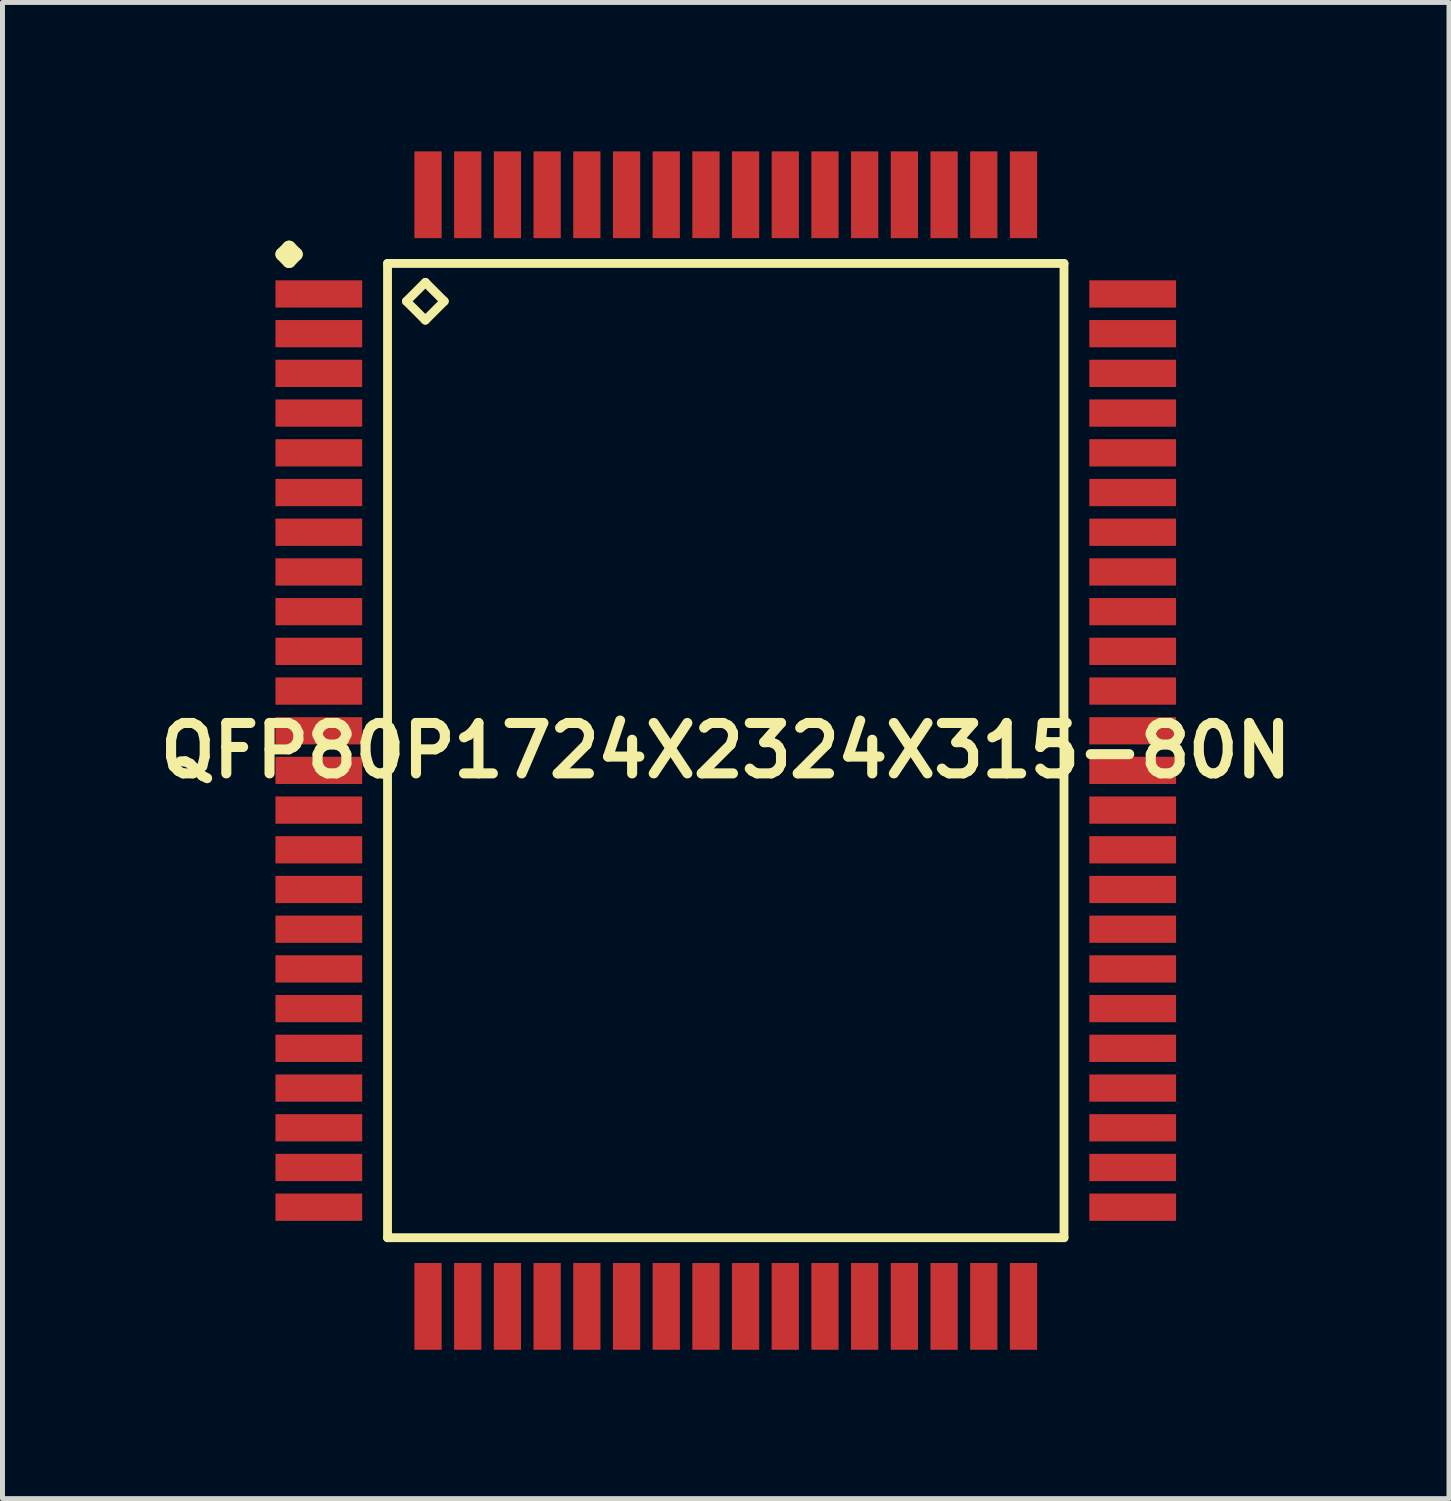
<source format=kicad_pcb>
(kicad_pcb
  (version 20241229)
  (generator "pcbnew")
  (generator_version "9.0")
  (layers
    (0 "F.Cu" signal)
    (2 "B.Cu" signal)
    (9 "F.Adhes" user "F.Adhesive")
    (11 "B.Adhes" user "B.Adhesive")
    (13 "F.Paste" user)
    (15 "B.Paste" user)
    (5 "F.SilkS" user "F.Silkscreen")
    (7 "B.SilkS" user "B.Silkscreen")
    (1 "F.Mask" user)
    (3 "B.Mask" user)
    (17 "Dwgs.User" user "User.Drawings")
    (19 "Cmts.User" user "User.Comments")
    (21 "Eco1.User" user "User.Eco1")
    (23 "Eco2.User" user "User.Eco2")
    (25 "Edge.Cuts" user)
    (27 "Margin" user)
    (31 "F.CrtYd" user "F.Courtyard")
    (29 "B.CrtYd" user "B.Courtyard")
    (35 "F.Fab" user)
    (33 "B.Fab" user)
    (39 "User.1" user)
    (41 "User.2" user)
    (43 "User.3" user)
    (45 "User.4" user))
  (footprint "QFP80P1724X2324X315-80N"
    (layer "F.Cu")
    (at 11.573 12.073)
    (property "Reference" "QFP80P1724X2324X315-80N" (at 0 0 0) (layer "F.SilkS") (effects (font (size 1.016 1.016) (thickness 0.203))))
    (attr smd)
    (fp_line (start -8.936 -10) (end -8.799 -10.137) (stroke (width 0.274) (type solid)) (layer "F.SilkS"))
    (fp_line (start -8.799 -10.137) (end -8.661 -10) (stroke (width 0.274) (type solid)) (layer "F.SilkS"))
    (fp_line (start -8.799 -9.86) (end -8.936 -10) (stroke (width 0.274) (type solid)) (layer "F.SilkS"))
    (fp_line (start -8.661 -10) (end -8.799 -9.86) (stroke (width 0.274) (type solid)) (layer "F.SilkS"))
    (fp_line (start -6.815 -9.815) (end -6.815 9.815) (stroke (width 0.178) (type solid)) (layer "F.SilkS"))
    (fp_line (start -6.815 9.815) (end 6.815 9.815) (stroke (width 0.178) (type solid)) (layer "F.SilkS"))
    (fp_line (start -6.434 -9.053) (end -6.053 -9.434) (stroke (width 0.178) (type solid)) (layer "F.SilkS"))
    (fp_line (start -6.053 -9.434) (end -5.672 -9.053) (stroke (width 0.178) (type solid)) (layer "F.SilkS"))
    (fp_line (start -6.053 -8.672) (end -6.434 -9.053) (stroke (width 0.178) (type solid)) (layer "F.SilkS"))
    (fp_line (start -5.672 -9.053) (end -6.053 -8.672) (stroke (width 0.178) (type solid)) (layer "F.SilkS"))
    (fp_line (start 6.815 -9.815) (end -6.815 -9.815) (stroke (width 0.178) (type solid)) (layer "F.SilkS"))
    (fp_line (start 6.815 9.815) (end 6.815 -9.815) (stroke (width 0.178) (type solid)) (layer "F.SilkS"))
    (pad "1" smd rect (at -8.199 -9.2) (size 1.748 0.549) (layers "F.Cu" "F.Mask" "F.Paste"))
    (pad "2" smd rect (at -8.199 -8.4) (size 1.748 0.549) (layers "F.Cu" "F.Mask" "F.Paste"))
    (pad "3" smd rect (at -8.199 -7.6) (size 1.748 0.549) (layers "F.Cu" "F.Mask" "F.Paste"))
    (pad "4" smd rect (at -8.199 -6.8) (size 1.748 0.549) (layers "F.Cu" "F.Mask" "F.Paste"))
    (pad "5" smd rect (at -8.199 -5.999) (size 1.748 0.549) (layers "F.Cu" "F.Mask" "F.Paste"))
    (pad "6" smd rect (at -8.199 -5.199) (size 1.748 0.549) (layers "F.Cu" "F.Mask" "F.Paste"))
    (pad "7" smd rect (at -8.199 -4.399) (size 1.748 0.549) (layers "F.Cu" "F.Mask" "F.Paste"))
    (pad "8" smd rect (at -8.199 -3.599) (size 1.748 0.549) (layers "F.Cu" "F.Mask" "F.Paste"))
    (pad "9" smd rect (at -8.199 -2.799) (size 1.748 0.549) (layers "F.Cu" "F.Mask" "F.Paste"))
    (pad "10" smd rect (at -8.199 -1.999) (size 1.748 0.549) (layers "F.Cu" "F.Mask" "F.Paste"))
    (pad "11" smd rect (at -8.199 -1.199) (size 1.748 0.549) (layers "F.Cu" "F.Mask" "F.Paste"))
    (pad "12" smd rect (at -8.199 -0.399) (size 1.748 0.549) (layers "F.Cu" "F.Mask" "F.Paste"))
    (pad "13" smd rect (at -8.199 0.399) (size 1.748 0.549) (layers "F.Cu" "F.Mask" "F.Paste"))
    (pad "14" smd rect (at -8.199 1.199) (size 1.748 0.549) (layers "F.Cu" "F.Mask" "F.Paste"))
    (pad "15" smd rect (at -8.199 1.999) (size 1.748 0.549) (layers "F.Cu" "F.Mask" "F.Paste"))
    (pad "16" smd rect (at -8.199 2.799) (size 1.748 0.549) (layers "F.Cu" "F.Mask" "F.Paste"))
    (pad "17" smd rect (at -8.199 3.599) (size 1.748 0.549) (layers "F.Cu" "F.Mask" "F.Paste"))
    (pad "18" smd rect (at -8.199 4.399) (size 1.748 0.549) (layers "F.Cu" "F.Mask" "F.Paste"))
    (pad "19" smd rect (at -8.199 5.199) (size 1.748 0.549) (layers "F.Cu" "F.Mask" "F.Paste"))
    (pad "20" smd rect (at -8.199 5.999) (size 1.748 0.549) (layers "F.Cu" "F.Mask" "F.Paste"))
    (pad "21" smd rect (at -8.199 6.8) (size 1.748 0.549) (layers "F.Cu" "F.Mask" "F.Paste"))
    (pad "22" smd rect (at -8.199 7.6) (size 1.748 0.549) (layers "F.Cu" "F.Mask" "F.Paste"))
    (pad "23" smd rect (at -8.199 8.4) (size 1.748 0.549) (layers "F.Cu" "F.Mask" "F.Paste"))
    (pad "24" smd rect (at -8.199 9.2) (size 1.748 0.549) (layers "F.Cu" "F.Mask" "F.Paste"))
    (pad "25" smd rect (at -5.999 11.199) (size 0.549 1.748) (layers "F.Cu" "F.Mask" "F.Paste"))
    (pad "26" smd rect (at -5.199 11.199) (size 0.549 1.748) (layers "F.Cu" "F.Mask" "F.Paste"))
    (pad "27" smd rect (at -4.399 11.199) (size 0.549 1.748) (layers "F.Cu" "F.Mask" "F.Paste"))
    (pad "28" smd rect (at -3.599 11.199) (size 0.549 1.748) (layers "F.Cu" "F.Mask" "F.Paste"))
    (pad "29" smd rect (at -2.799 11.199) (size 0.549 1.748) (layers "F.Cu" "F.Mask" "F.Paste"))
    (pad "30" smd rect (at -1.999 11.199) (size 0.549 1.748) (layers "F.Cu" "F.Mask" "F.Paste"))
    (pad "31" smd rect (at -1.199 11.199) (size 0.549 1.748) (layers "F.Cu" "F.Mask" "F.Paste"))
    (pad "32" smd rect (at -0.399 11.199) (size 0.549 1.748) (layers "F.Cu" "F.Mask" "F.Paste"))
    (pad "33" smd rect (at 0.399 11.199) (size 0.549 1.748) (layers "F.Cu" "F.Mask" "F.Paste"))
    (pad "34" smd rect (at 1.199 11.199) (size 0.549 1.748) (layers "F.Cu" "F.Mask" "F.Paste"))
    (pad "35" smd rect (at 1.999 11.199) (size 0.549 1.748) (layers "F.Cu" "F.Mask" "F.Paste"))
    (pad "36" smd rect (at 2.799 11.199) (size 0.549 1.748) (layers "F.Cu" "F.Mask" "F.Paste"))
    (pad "37" smd rect (at 3.599 11.199) (size 0.549 1.748) (layers "F.Cu" "F.Mask" "F.Paste"))
    (pad "38" smd rect (at 4.399 11.199) (size 0.549 1.748) (layers "F.Cu" "F.Mask" "F.Paste"))
    (pad "39" smd rect (at 5.199 11.199) (size 0.549 1.748) (layers "F.Cu" "F.Mask" "F.Paste"))
    (pad "40" smd rect (at 5.999 11.199) (size 0.549 1.748) (layers "F.Cu" "F.Mask" "F.Paste"))
    (pad "41" smd rect (at 8.199 9.2) (size 1.748 0.549) (layers "F.Cu" "F.Mask" "F.Paste"))
    (pad "42" smd rect (at 8.199 8.4) (size 1.748 0.549) (layers "F.Cu" "F.Mask" "F.Paste"))
    (pad "43" smd rect (at 8.199 7.6) (size 1.748 0.549) (layers "F.Cu" "F.Mask" "F.Paste"))
    (pad "44" smd rect (at 8.199 6.8) (size 1.748 0.549) (layers "F.Cu" "F.Mask" "F.Paste"))
    (pad "45" smd rect (at 8.199 5.999) (size 1.748 0.549) (layers "F.Cu" "F.Mask" "F.Paste"))
    (pad "46" smd rect (at 8.199 5.199) (size 1.748 0.549) (layers "F.Cu" "F.Mask" "F.Paste"))
    (pad "47" smd rect (at 8.199 4.399) (size 1.748 0.549) (layers "F.Cu" "F.Mask" "F.Paste"))
    (pad "48" smd rect (at 8.199 3.599) (size 1.748 0.549) (layers "F.Cu" "F.Mask" "F.Paste"))
    (pad "49" smd rect (at 8.199 2.799) (size 1.748 0.549) (layers "F.Cu" "F.Mask" "F.Paste"))
    (pad "50" smd rect (at 8.199 1.999) (size 1.748 0.549) (layers "F.Cu" "F.Mask" "F.Paste"))
    (pad "51" smd rect (at 8.199 1.199) (size 1.748 0.549) (layers "F.Cu" "F.Mask" "F.Paste"))
    (pad "52" smd rect (at 8.199 0.399) (size 1.748 0.549) (layers "F.Cu" "F.Mask" "F.Paste"))
    (pad "53" smd rect (at 8.199 -0.399) (size 1.748 0.549) (layers "F.Cu" "F.Mask" "F.Paste"))
    (pad "54" smd rect (at 8.199 -1.199) (size 1.748 0.549) (layers "F.Cu" "F.Mask" "F.Paste"))
    (pad "55" smd rect (at 8.199 -1.999) (size 1.748 0.549) (layers "F.Cu" "F.Mask" "F.Paste"))
    (pad "56" smd rect (at 8.199 -2.799) (size 1.748 0.549) (layers "F.Cu" "F.Mask" "F.Paste"))
    (pad "57" smd rect (at 8.199 -3.599) (size 1.748 0.549) (layers "F.Cu" "F.Mask" "F.Paste"))
    (pad "58" smd rect (at 8.199 -4.399) (size 1.748 0.549) (layers "F.Cu" "F.Mask" "F.Paste"))
    (pad "59" smd rect (at 8.199 -5.199) (size 1.748 0.549) (layers "F.Cu" "F.Mask" "F.Paste"))
    (pad "60" smd rect (at 8.199 -5.999) (size 1.748 0.549) (layers "F.Cu" "F.Mask" "F.Paste"))
    (pad "61" smd rect (at 8.199 -6.8) (size 1.748 0.549) (layers "F.Cu" "F.Mask" "F.Paste"))
    (pad "62" smd rect (at 8.199 -7.6) (size 1.748 0.549) (layers "F.Cu" "F.Mask" "F.Paste"))
    (pad "63" smd rect (at 8.199 -8.4) (size 1.748 0.549) (layers "F.Cu" "F.Mask" "F.Paste"))
    (pad "64" smd rect (at 8.199 -9.2) (size 1.748 0.549) (layers "F.Cu" "F.Mask" "F.Paste"))
    (pad "65" smd rect (at 5.999 -11.199) (size 0.549 1.748) (layers "F.Cu" "F.Mask" "F.Paste"))
    (pad "66" smd rect (at 5.199 -11.199) (size 0.549 1.748) (layers "F.Cu" "F.Mask" "F.Paste"))
    (pad "67" smd rect (at 4.399 -11.199) (size 0.549 1.748) (layers "F.Cu" "F.Mask" "F.Paste"))
    (pad "68" smd rect (at 3.599 -11.199) (size 0.549 1.748) (layers "F.Cu" "F.Mask" "F.Paste"))
    (pad "69" smd rect (at 2.799 -11.199) (size 0.549 1.748) (layers "F.Cu" "F.Mask" "F.Paste"))
    (pad "70" smd rect (at 1.999 -11.199) (size 0.549 1.748) (layers "F.Cu" "F.Mask" "F.Paste"))
    (pad "71" smd rect (at 1.199 -11.199) (size 0.549 1.748) (layers "F.Cu" "F.Mask" "F.Paste"))
    (pad "72" smd rect (at 0.399 -11.199) (size 0.549 1.748) (layers "F.Cu" "F.Mask" "F.Paste"))
    (pad "73" smd rect (at -0.399 -11.199) (size 0.549 1.748) (layers "F.Cu" "F.Mask" "F.Paste"))
    (pad "74" smd rect (at -1.199 -11.199) (size 0.549 1.748) (layers "F.Cu" "F.Mask" "F.Paste"))
    (pad "75" smd rect (at -1.999 -11.199) (size 0.549 1.748) (layers "F.Cu" "F.Mask" "F.Paste"))
    (pad "76" smd rect (at -2.799 -11.199) (size 0.549 1.748) (layers "F.Cu" "F.Mask" "F.Paste"))
    (pad "77" smd rect (at -3.599 -11.199) (size 0.549 1.748) (layers "F.Cu" "F.Mask" "F.Paste"))
    (pad "78" smd rect (at -4.399 -11.199) (size 0.549 1.748) (layers "F.Cu" "F.Mask" "F.Paste"))
    (pad "79" smd rect (at -5.199 -11.199) (size 0.549 1.748) (layers "F.Cu" "F.Mask" "F.Paste"))
    (pad "80" smd rect (at -5.999 -11.199) (size 0.549 1.748) (layers "F.Cu" "F.Mask" "F.Paste")))
  (gr_rect
    (start -3 -3)
    (end 26.145 27.145)
    (stroke (width 0.1) (type default))
    (fill no)
    (layer "Edge.Cuts")))
</source>
